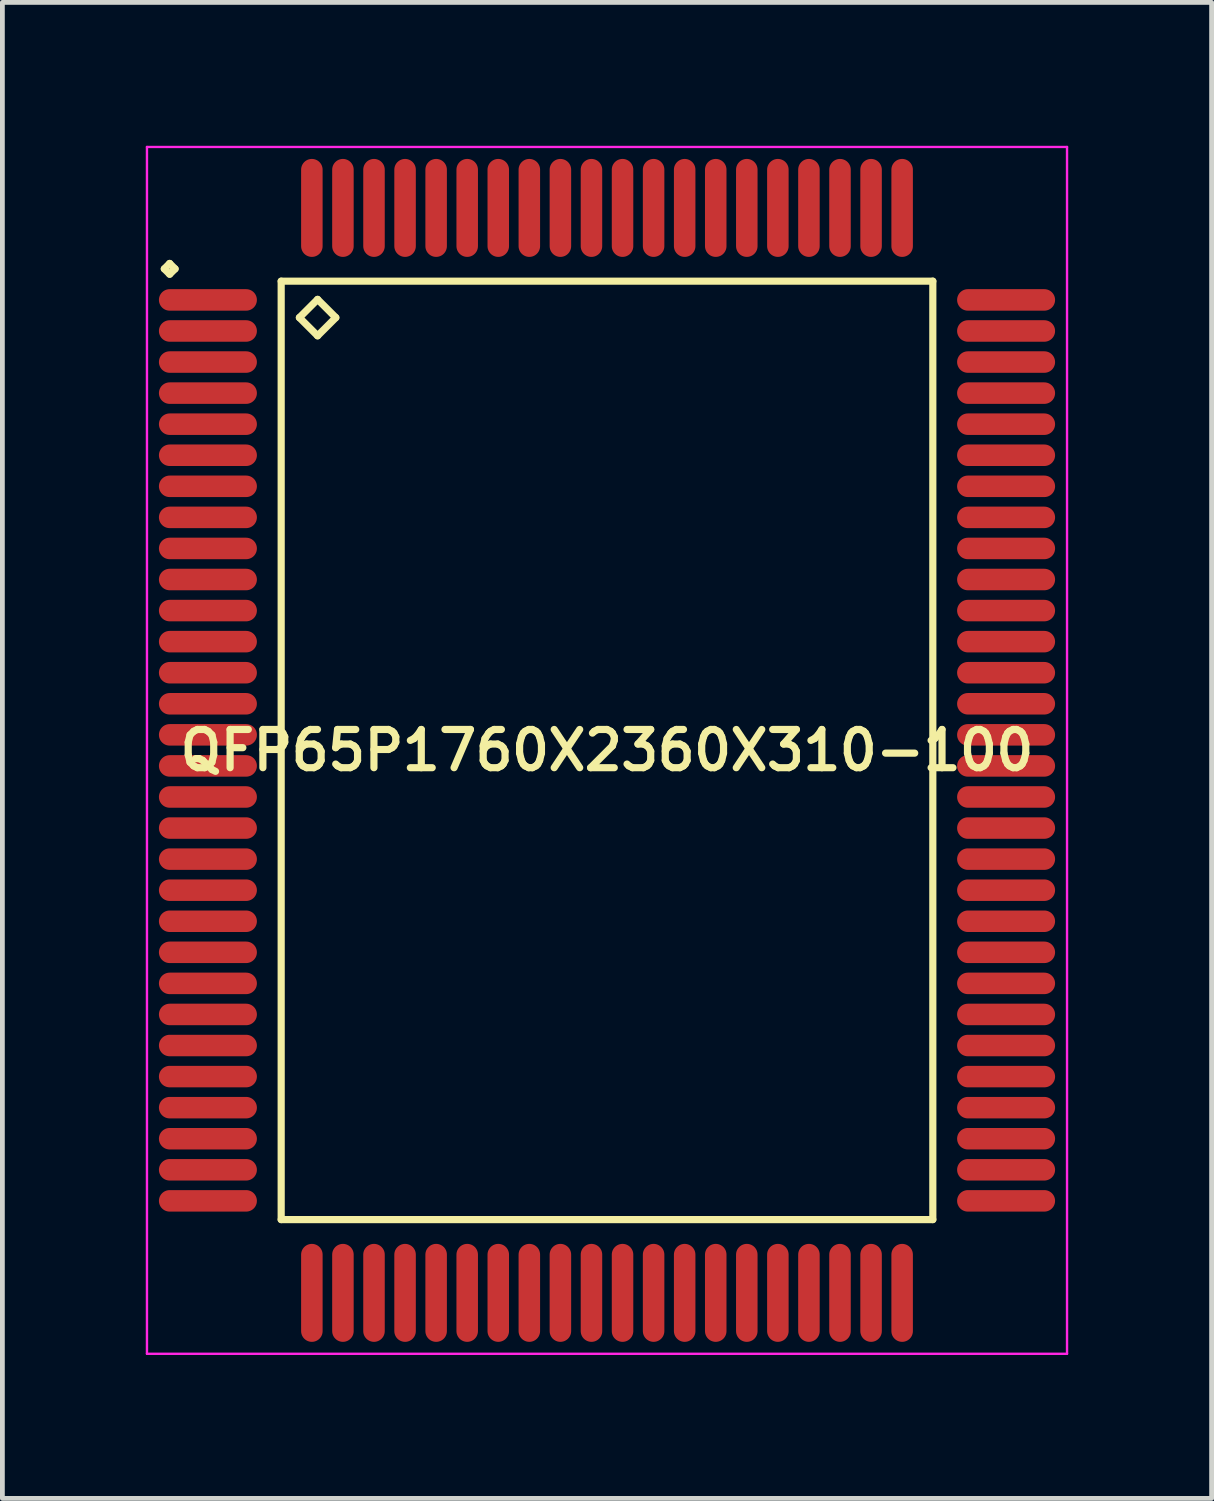
<source format=kicad_pcb>
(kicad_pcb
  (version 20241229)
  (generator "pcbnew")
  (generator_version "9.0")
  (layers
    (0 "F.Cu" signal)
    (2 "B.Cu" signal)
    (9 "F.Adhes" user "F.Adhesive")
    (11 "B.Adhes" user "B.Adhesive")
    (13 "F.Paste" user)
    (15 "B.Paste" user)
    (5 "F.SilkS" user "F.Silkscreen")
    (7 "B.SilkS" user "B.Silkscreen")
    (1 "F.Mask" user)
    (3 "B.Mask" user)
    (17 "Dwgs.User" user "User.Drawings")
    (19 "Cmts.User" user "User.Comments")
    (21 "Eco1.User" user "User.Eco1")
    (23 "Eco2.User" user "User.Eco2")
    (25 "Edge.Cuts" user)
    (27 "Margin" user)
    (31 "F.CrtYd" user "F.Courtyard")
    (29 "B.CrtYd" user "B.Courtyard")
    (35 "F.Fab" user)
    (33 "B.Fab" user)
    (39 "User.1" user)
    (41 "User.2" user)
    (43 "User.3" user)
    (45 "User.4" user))
  (footprint "QFP65P1760X2360X310-100"
    (layer "F.Cu")
    (at 9.65 12.65)
    (property "Reference" "QFP65P1760X2360X310-100" (at 0 0 0) (layer "F.SilkS") (effects (font (size 0.8 0.8) (thickness 0.15))))
    (attr smd)
    (fp_line (start -9.262 -10.075) (end -9.15 -10.188) (stroke (width 0.15) (type solid)) (layer "F.SilkS"))
    (fp_line (start -9.15 -10.188) (end -9.037 -10.075) (stroke (width 0.15) (type solid)) (layer "F.SilkS"))
    (fp_line (start -9.15 -9.963) (end -9.262 -10.075) (stroke (width 0.15) (type solid)) (layer "F.SilkS"))
    (fp_line (start -9.037 -10.075) (end -9.15 -9.963) (stroke (width 0.15) (type solid)) (layer "F.SilkS"))
    (fp_line (start -6.817 -9.817) (end -6.817 9.817) (stroke (width 0.15) (type solid)) (layer "F.SilkS"))
    (fp_line (start -6.817 9.817) (end 6.817 9.817) (stroke (width 0.15) (type solid)) (layer "F.SilkS"))
    (fp_line (start -6.436 -9.055) (end -6.055 -9.436) (stroke (width 0.15) (type solid)) (layer "F.SilkS"))
    (fp_line (start -6.055 -9.436) (end -5.674 -9.055) (stroke (width 0.15) (type solid)) (layer "F.SilkS"))
    (fp_line (start -6.055 -8.674) (end -6.436 -9.055) (stroke (width 0.15) (type solid)) (layer "F.SilkS"))
    (fp_line (start -5.674 -9.055) (end -6.055 -8.674) (stroke (width 0.15) (type solid)) (layer "F.SilkS"))
    (fp_line (start 6.817 -9.817) (end -6.817 -9.817) (stroke (width 0.15) (type solid)) (layer "F.SilkS"))
    (fp_line (start 6.817 9.817) (end 6.817 -9.817) (stroke (width 0.15) (type solid)) (layer "F.SilkS"))
    (fp_line (start -9.625 -12.625) (end 9.625 -12.625) (stroke (width 0.05) (type solid)) (layer "F.CrtYd"))
    (fp_line (start -9.625 12.625) (end -9.625 -12.625) (stroke (width 0.05) (type solid)) (layer "F.CrtYd"))
    (fp_line (start 9.625 -12.625) (end 9.625 12.625) (stroke (width 0.05) (type solid)) (layer "F.CrtYd"))
    (fp_line (start 9.625 12.625) (end -9.625 12.625) (stroke (width 0.05) (type solid)) (layer "F.CrtYd"))
    (pad "1" smd oval (at -8.35 -9.425) (size 2.05 0.45) (layers "F.Cu" "F.Mask" "F.Paste"))
    (pad "2" smd oval (at -8.35 -8.775) (size 2.05 0.45) (layers "F.Cu" "F.Mask" "F.Paste"))
    (pad "3" smd oval (at -8.35 -8.125) (size 2.05 0.45) (layers "F.Cu" "F.Mask" "F.Paste"))
    (pad "4" smd oval (at -8.35 -7.475) (size 2.05 0.45) (layers "F.Cu" "F.Mask" "F.Paste"))
    (pad "5" smd oval (at -8.35 -6.825) (size 2.05 0.45) (layers "F.Cu" "F.Mask" "F.Paste"))
    (pad "6" smd oval (at -8.35 -6.175) (size 2.05 0.45) (layers "F.Cu" "F.Mask" "F.Paste"))
    (pad "7" smd oval (at -8.35 -5.525) (size 2.05 0.45) (layers "F.Cu" "F.Mask" "F.Paste"))
    (pad "8" smd oval (at -8.35 -4.875) (size 2.05 0.45) (layers "F.Cu" "F.Mask" "F.Paste"))
    (pad "9" smd oval (at -8.35 -4.225) (size 2.05 0.45) (layers "F.Cu" "F.Mask" "F.Paste"))
    (pad "10" smd oval (at -8.35 -3.575) (size 2.05 0.45) (layers "F.Cu" "F.Mask" "F.Paste"))
    (pad "11" smd oval (at -8.35 -2.925) (size 2.05 0.45) (layers "F.Cu" "F.Mask" "F.Paste"))
    (pad "12" smd oval (at -8.35 -2.275) (size 2.05 0.45) (layers "F.Cu" "F.Mask" "F.Paste"))
    (pad "13" smd oval (at -8.35 -1.625) (size 2.05 0.45) (layers "F.Cu" "F.Mask" "F.Paste"))
    (pad "14" smd oval (at -8.35 -0.975) (size 2.05 0.45) (layers "F.Cu" "F.Mask" "F.Paste"))
    (pad "15" smd oval (at -8.35 -0.325) (size 2.05 0.45) (layers "F.Cu" "F.Mask" "F.Paste"))
    (pad "16" smd oval (at -8.35 0.325) (size 2.05 0.45) (layers "F.Cu" "F.Mask" "F.Paste"))
    (pad "17" smd oval (at -8.35 0.975) (size 2.05 0.45) (layers "F.Cu" "F.Mask" "F.Paste"))
    (pad "18" smd oval (at -8.35 1.625) (size 2.05 0.45) (layers "F.Cu" "F.Mask" "F.Paste"))
    (pad "19" smd oval (at -8.35 2.275) (size 2.05 0.45) (layers "F.Cu" "F.Mask" "F.Paste"))
    (pad "20" smd oval (at -8.35 2.925) (size 2.05 0.45) (layers "F.Cu" "F.Mask" "F.Paste"))
    (pad "21" smd oval (at -8.35 3.575) (size 2.05 0.45) (layers "F.Cu" "F.Mask" "F.Paste"))
    (pad "22" smd oval (at -8.35 4.225) (size 2.05 0.45) (layers "F.Cu" "F.Mask" "F.Paste"))
    (pad "23" smd oval (at -8.35 4.875) (size 2.05 0.45) (layers "F.Cu" "F.Mask" "F.Paste"))
    (pad "24" smd oval (at -8.35 5.525) (size 2.05 0.45) (layers "F.Cu" "F.Mask" "F.Paste"))
    (pad "25" smd oval (at -8.35 6.175) (size 2.05 0.45) (layers "F.Cu" "F.Mask" "F.Paste"))
    (pad "26" smd oval (at -8.35 6.825) (size 2.05 0.45) (layers "F.Cu" "F.Mask" "F.Paste"))
    (pad "27" smd oval (at -8.35 7.475) (size 2.05 0.45) (layers "F.Cu" "F.Mask" "F.Paste"))
    (pad "28" smd oval (at -8.35 8.125) (size 2.05 0.45) (layers "F.Cu" "F.Mask" "F.Paste"))
    (pad "29" smd oval (at -8.35 8.775) (size 2.05 0.45) (layers "F.Cu" "F.Mask" "F.Paste"))
    (pad "30" smd oval (at -8.35 9.425) (size 2.05 0.45) (layers "F.Cu" "F.Mask" "F.Paste"))
    (pad "31" smd oval (at -6.175 11.35) (size 0.45 2.05) (layers "F.Cu" "F.Mask" "F.Paste"))
    (pad "32" smd oval (at -5.525 11.35) (size 0.45 2.05) (layers "F.Cu" "F.Mask" "F.Paste"))
    (pad "33" smd oval (at -4.875 11.35) (size 0.45 2.05) (layers "F.Cu" "F.Mask" "F.Paste"))
    (pad "34" smd oval (at -4.225 11.35) (size 0.45 2.05) (layers "F.Cu" "F.Mask" "F.Paste"))
    (pad "35" smd oval (at -3.575 11.35) (size 0.45 2.05) (layers "F.Cu" "F.Mask" "F.Paste"))
    (pad "36" smd oval (at -2.925 11.35) (size 0.45 2.05) (layers "F.Cu" "F.Mask" "F.Paste"))
    (pad "37" smd oval (at -2.275 11.35) (size 0.45 2.05) (layers "F.Cu" "F.Mask" "F.Paste"))
    (pad "38" smd oval (at -1.625 11.35) (size 0.45 2.05) (layers "F.Cu" "F.Mask" "F.Paste"))
    (pad "39" smd oval (at -0.975 11.35) (size 0.45 2.05) (layers "F.Cu" "F.Mask" "F.Paste"))
    (pad "40" smd oval (at -0.325 11.35) (size 0.45 2.05) (layers "F.Cu" "F.Mask" "F.Paste"))
    (pad "41" smd oval (at 0.325 11.35) (size 0.45 2.05) (layers "F.Cu" "F.Mask" "F.Paste"))
    (pad "42" smd oval (at 0.975 11.35) (size 0.45 2.05) (layers "F.Cu" "F.Mask" "F.Paste"))
    (pad "43" smd oval (at 1.625 11.35) (size 0.45 2.05) (layers "F.Cu" "F.Mask" "F.Paste"))
    (pad "44" smd oval (at 2.275 11.35) (size 0.45 2.05) (layers "F.Cu" "F.Mask" "F.Paste"))
    (pad "45" smd oval (at 2.925 11.35) (size 0.45 2.05) (layers "F.Cu" "F.Mask" "F.Paste"))
    (pad "46" smd oval (at 3.575 11.35) (size 0.45 2.05) (layers "F.Cu" "F.Mask" "F.Paste"))
    (pad "47" smd oval (at 4.225 11.35) (size 0.45 2.05) (layers "F.Cu" "F.Mask" "F.Paste"))
    (pad "48" smd oval (at 4.875 11.35) (size 0.45 2.05) (layers "F.Cu" "F.Mask" "F.Paste"))
    (pad "49" smd oval (at 5.525 11.35) (size 0.45 2.05) (layers "F.Cu" "F.Mask" "F.Paste"))
    (pad "50" smd oval (at 6.175 11.35) (size 0.45 2.05) (layers "F.Cu" "F.Mask" "F.Paste"))
    (pad "51" smd oval (at 8.35 9.425) (size 2.05 0.45) (layers "F.Cu" "F.Mask" "F.Paste"))
    (pad "52" smd oval (at 8.35 8.775) (size 2.05 0.45) (layers "F.Cu" "F.Mask" "F.Paste"))
    (pad "53" smd oval (at 8.35 8.125) (size 2.05 0.45) (layers "F.Cu" "F.Mask" "F.Paste"))
    (pad "54" smd oval (at 8.35 7.475) (size 2.05 0.45) (layers "F.Cu" "F.Mask" "F.Paste"))
    (pad "55" smd oval (at 8.35 6.825) (size 2.05 0.45) (layers "F.Cu" "F.Mask" "F.Paste"))
    (pad "56" smd oval (at 8.35 6.175) (size 2.05 0.45) (layers "F.Cu" "F.Mask" "F.Paste"))
    (pad "57" smd oval (at 8.35 5.525) (size 2.05 0.45) (layers "F.Cu" "F.Mask" "F.Paste"))
    (pad "58" smd oval (at 8.35 4.875) (size 2.05 0.45) (layers "F.Cu" "F.Mask" "F.Paste"))
    (pad "59" smd oval (at 8.35 4.225) (size 2.05 0.45) (layers "F.Cu" "F.Mask" "F.Paste"))
    (pad "60" smd oval (at 8.35 3.575) (size 2.05 0.45) (layers "F.Cu" "F.Mask" "F.Paste"))
    (pad "61" smd oval (at 8.35 2.925) (size 2.05 0.45) (layers "F.Cu" "F.Mask" "F.Paste"))
    (pad "62" smd oval (at 8.35 2.275) (size 2.05 0.45) (layers "F.Cu" "F.Mask" "F.Paste"))
    (pad "63" smd oval (at 8.35 1.625) (size 2.05 0.45) (layers "F.Cu" "F.Mask" "F.Paste"))
    (pad "64" smd oval (at 8.35 0.975) (size 2.05 0.45) (layers "F.Cu" "F.Mask" "F.Paste"))
    (pad "65" smd oval (at 8.35 0.325) (size 2.05 0.45) (layers "F.Cu" "F.Mask" "F.Paste"))
    (pad "66" smd oval (at 8.35 -0.325) (size 2.05 0.45) (layers "F.Cu" "F.Mask" "F.Paste"))
    (pad "67" smd oval (at 8.35 -0.975) (size 2.05 0.45) (layers "F.Cu" "F.Mask" "F.Paste"))
    (pad "68" smd oval (at 8.35 -1.625) (size 2.05 0.45) (layers "F.Cu" "F.Mask" "F.Paste"))
    (pad "69" smd oval (at 8.35 -2.275) (size 2.05 0.45) (layers "F.Cu" "F.Mask" "F.Paste"))
    (pad "70" smd oval (at 8.35 -2.925) (size 2.05 0.45) (layers "F.Cu" "F.Mask" "F.Paste"))
    (pad "71" smd oval (at 8.35 -3.575) (size 2.05 0.45) (layers "F.Cu" "F.Mask" "F.Paste"))
    (pad "72" smd oval (at 8.35 -4.225) (size 2.05 0.45) (layers "F.Cu" "F.Mask" "F.Paste"))
    (pad "73" smd oval (at 8.35 -4.875) (size 2.05 0.45) (layers "F.Cu" "F.Mask" "F.Paste"))
    (pad "74" smd oval (at 8.35 -5.525) (size 2.05 0.45) (layers "F.Cu" "F.Mask" "F.Paste"))
    (pad "75" smd oval (at 8.35 -6.175) (size 2.05 0.45) (layers "F.Cu" "F.Mask" "F.Paste"))
    (pad "76" smd oval (at 8.35 -6.825) (size 2.05 0.45) (layers "F.Cu" "F.Mask" "F.Paste"))
    (pad "77" smd oval (at 8.35 -7.475) (size 2.05 0.45) (layers "F.Cu" "F.Mask" "F.Paste"))
    (pad "78" smd oval (at 8.35 -8.125) (size 2.05 0.45) (layers "F.Cu" "F.Mask" "F.Paste"))
    (pad "79" smd oval (at 8.35 -8.775) (size 2.05 0.45) (layers "F.Cu" "F.Mask" "F.Paste"))
    (pad "80" smd oval (at 8.35 -9.425) (size 2.05 0.45) (layers "F.Cu" "F.Mask" "F.Paste"))
    (pad "81" smd oval (at 6.175 -11.35) (size 0.45 2.05) (layers "F.Cu" "F.Mask" "F.Paste"))
    (pad "82" smd oval (at 5.525 -11.35) (size 0.45 2.05) (layers "F.Cu" "F.Mask" "F.Paste"))
    (pad "83" smd oval (at 4.875 -11.35) (size 0.45 2.05) (layers "F.Cu" "F.Mask" "F.Paste"))
    (pad "84" smd oval (at 4.225 -11.35) (size 0.45 2.05) (layers "F.Cu" "F.Mask" "F.Paste"))
    (pad "85" smd oval (at 3.575 -11.35) (size 0.45 2.05) (layers "F.Cu" "F.Mask" "F.Paste"))
    (pad "86" smd oval (at 2.925 -11.35) (size 0.45 2.05) (layers "F.Cu" "F.Mask" "F.Paste"))
    (pad "87" smd oval (at 2.275 -11.35) (size 0.45 2.05) (layers "F.Cu" "F.Mask" "F.Paste"))
    (pad "88" smd oval (at 1.625 -11.35) (size 0.45 2.05) (layers "F.Cu" "F.Mask" "F.Paste"))
    (pad "89" smd oval (at 0.975 -11.35) (size 0.45 2.05) (layers "F.Cu" "F.Mask" "F.Paste"))
    (pad "90" smd oval (at 0.325 -11.35) (size 0.45 2.05) (layers "F.Cu" "F.Mask" "F.Paste"))
    (pad "91" smd oval (at -0.325 -11.35) (size 0.45 2.05) (layers "F.Cu" "F.Mask" "F.Paste"))
    (pad "92" smd oval (at -0.975 -11.35) (size 0.45 2.05) (layers "F.Cu" "F.Mask" "F.Paste"))
    (pad "93" smd oval (at -1.625 -11.35) (size 0.45 2.05) (layers "F.Cu" "F.Mask" "F.Paste"))
    (pad "94" smd oval (at -2.275 -11.35) (size 0.45 2.05) (layers "F.Cu" "F.Mask" "F.Paste"))
    (pad "95" smd oval (at -2.925 -11.35) (size 0.45 2.05) (layers "F.Cu" "F.Mask" "F.Paste"))
    (pad "96" smd oval (at -3.575 -11.35) (size 0.45 2.05) (layers "F.Cu" "F.Mask" "F.Paste"))
    (pad "97" smd oval (at -4.225 -11.35) (size 0.45 2.05) (layers "F.Cu" "F.Mask" "F.Paste"))
    (pad "98" smd oval (at -4.875 -11.35) (size 0.45 2.05) (layers "F.Cu" "F.Mask" "F.Paste"))
    (pad "99" smd oval (at -5.525 -11.35) (size 0.45 2.05) (layers "F.Cu" "F.Mask" "F.Paste"))
    (pad "100" smd oval (at -6.175 -11.35) (size 0.45 2.05) (layers "F.Cu" "F.Mask" "F.Paste")))
  (gr_rect
    (start -3 -3)
    (end 22.3 28.3)
    (stroke (width 0.1) (type default))
    (fill no)
    (layer "Edge.Cuts")))
</source>
